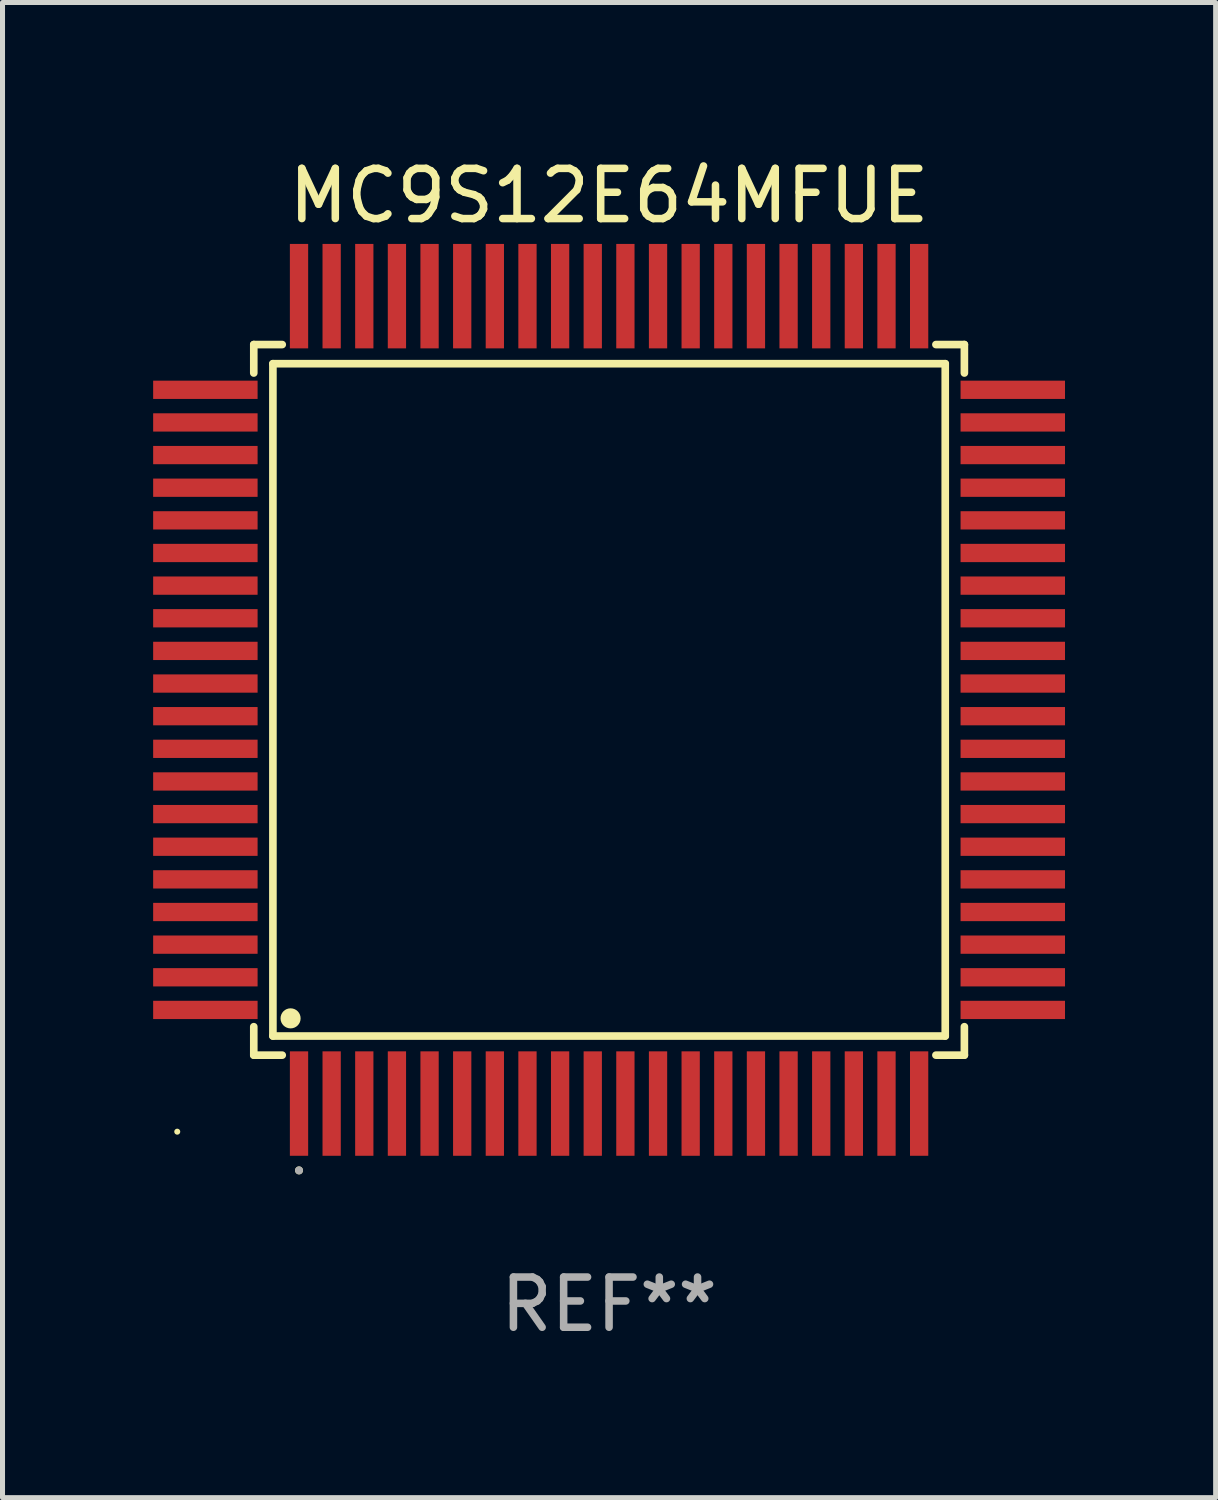
<source format=kicad_pcb>
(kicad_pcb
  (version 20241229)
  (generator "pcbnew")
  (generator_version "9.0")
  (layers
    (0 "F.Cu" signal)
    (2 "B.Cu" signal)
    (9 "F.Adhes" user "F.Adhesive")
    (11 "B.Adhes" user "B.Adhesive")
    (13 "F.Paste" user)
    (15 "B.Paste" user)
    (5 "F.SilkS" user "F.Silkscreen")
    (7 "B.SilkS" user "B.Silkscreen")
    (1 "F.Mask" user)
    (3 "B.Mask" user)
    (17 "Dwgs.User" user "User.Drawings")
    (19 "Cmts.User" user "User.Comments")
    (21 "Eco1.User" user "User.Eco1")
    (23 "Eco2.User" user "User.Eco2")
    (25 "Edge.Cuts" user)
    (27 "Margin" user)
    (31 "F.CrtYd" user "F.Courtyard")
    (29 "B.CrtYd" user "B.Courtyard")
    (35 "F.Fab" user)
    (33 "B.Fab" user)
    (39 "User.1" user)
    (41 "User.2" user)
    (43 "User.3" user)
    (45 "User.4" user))
  (footprint "MC9S12E64MFUE"
    (layer "F.Cu")
    (at 9.08 10.888)
    (property "Reference" "MC9S12E64MFUE" (at 0 -10.04 0) (layer "F.SilkS") (effects (font (size 1 1) (thickness 0.15))))
    (attr through_hole)
    (fp_line (start -7.076 -7.076) (end -7.076 -6.509) (stroke (width 0.152) (type solid)) (layer "F.SilkS"))
    (fp_line (start -7.076 7.076) (end -7.076 6.509) (stroke (width 0.152) (type solid)) (layer "F.SilkS"))
    (fp_line (start -6.695 -6.695) (end 6.695 -6.695) (stroke (width 0.152) (type solid)) (layer "F.SilkS"))
    (fp_line (start -6.695 6.695) (end -6.695 -6.695) (stroke (width 0.152) (type solid)) (layer "F.SilkS"))
    (fp_line (start -6.509 -7.076) (end -7.076 -7.076) (stroke (width 0.152) (type solid)) (layer "F.SilkS"))
    (fp_line (start -6.509 7.076) (end -7.076 7.076) (stroke (width 0.152) (type solid)) (layer "F.SilkS"))
    (fp_line (start 6.509 -7.076) (end 7.076 -7.076) (stroke (width 0.152) (type solid)) (layer "F.SilkS"))
    (fp_line (start 6.509 7.076) (end 7.076 7.076) (stroke (width 0.152) (type solid)) (layer "F.SilkS"))
    (fp_line (start 6.695 -6.695) (end 6.695 6.695) (stroke (width 0.152) (type solid)) (layer "F.SilkS"))
    (fp_line (start 6.695 6.695) (end -6.695 6.695) (stroke (width 0.152) (type solid)) (layer "F.SilkS"))
    (fp_line (start 7.076 -7.076) (end 7.076 -6.509) (stroke (width 0.152) (type solid)) (layer "F.SilkS"))
    (fp_line (start 7.076 7.076) (end 7.076 6.509) (stroke (width 0.152) (type solid)) (layer "F.SilkS"))
    (fp_circle (center -8.6 8.6) (end -8.57 8.6) (stroke (width 0.06) (type solid)) (fill no) (layer "F.SilkS"))
    (fp_circle (center -6.343 6.343) (end -6.243 6.343) (stroke (width 0.2) (type solid)) (fill no) (layer "F.SilkS"))
    (fp_circle (center -6.175 9.371) (end -6.135 9.371) (stroke (width 0.08) (type solid)) (fill no) (layer "F.SilkS"))
    (fp_circle (center -6.175 9.371) (end -6.135 9.371) (stroke (width 0.08) (type solid)) (fill no) (layer "F.Fab"))
    (fp_text user "REF**" (at 0 12.04 0) (layer "F.Fab") (effects (font (size 1 1) (thickness 0.15))))
    (pad "1" smd rect (at -6.175 8.04) (size 0.364 2.08) (layers "F.Cu" "F.Mask" "F.Paste"))
    (pad "2" smd rect (at -5.525 8.04) (size 0.364 2.08) (layers "F.Cu" "F.Mask" "F.Paste"))
    (pad "3" smd rect (at -4.875 8.04) (size 0.364 2.08) (layers "F.Cu" "F.Mask" "F.Paste"))
    (pad "4" smd rect (at -4.225 8.04) (size 0.364 2.08) (layers "F.Cu" "F.Mask" "F.Paste"))
    (pad "5" smd rect (at -3.575 8.04) (size 0.364 2.08) (layers "F.Cu" "F.Mask" "F.Paste"))
    (pad "6" smd rect (at -2.925 8.04) (size 0.364 2.08) (layers "F.Cu" "F.Mask" "F.Paste"))
    (pad "7" smd rect (at -2.275 8.04) (size 0.364 2.08) (layers "F.Cu" "F.Mask" "F.Paste"))
    (pad "8" smd rect (at -1.625 8.04) (size 0.364 2.08) (layers "F.Cu" "F.Mask" "F.Paste"))
    (pad "9" smd rect (at -0.975 8.04) (size 0.364 2.08) (layers "F.Cu" "F.Mask" "F.Paste"))
    (pad "10" smd rect (at -0.325 8.04) (size 0.364 2.08) (layers "F.Cu" "F.Mask" "F.Paste"))
    (pad "11" smd rect (at 0.325 8.04) (size 0.364 2.08) (layers "F.Cu" "F.Mask" "F.Paste"))
    (pad "12" smd rect (at 0.975 8.04) (size 0.364 2.08) (layers "F.Cu" "F.Mask" "F.Paste"))
    (pad "13" smd rect (at 1.625 8.04) (size 0.364 2.08) (layers "F.Cu" "F.Mask" "F.Paste"))
    (pad "14" smd rect (at 2.275 8.04) (size 0.364 2.08) (layers "F.Cu" "F.Mask" "F.Paste"))
    (pad "15" smd rect (at 2.925 8.04) (size 0.364 2.08) (layers "F.Cu" "F.Mask" "F.Paste"))
    (pad "16" smd rect (at 3.575 8.04) (size 0.364 2.08) (layers "F.Cu" "F.Mask" "F.Paste"))
    (pad "17" smd rect (at 4.225 8.04) (size 0.364 2.08) (layers "F.Cu" "F.Mask" "F.Paste"))
    (pad "18" smd rect (at 4.875 8.04) (size 0.364 2.08) (layers "F.Cu" "F.Mask" "F.Paste"))
    (pad "19" smd rect (at 5.525 8.04) (size 0.364 2.08) (layers "F.Cu" "F.Mask" "F.Paste"))
    (pad "20" smd rect (at 6.175 8.04) (size 0.364 2.08) (layers "F.Cu" "F.Mask" "F.Paste"))
    (pad "21" smd rect (at 8.04 6.175) (size 2.08 0.364) (layers "F.Cu" "F.Mask" "F.Paste"))
    (pad "22" smd rect (at 8.04 5.525) (size 2.08 0.364) (layers "F.Cu" "F.Mask" "F.Paste"))
    (pad "23" smd rect (at 8.04 4.875) (size 2.08 0.364) (layers "F.Cu" "F.Mask" "F.Paste"))
    (pad "24" smd rect (at 8.04 4.225) (size 2.08 0.364) (layers "F.Cu" "F.Mask" "F.Paste"))
    (pad "25" smd rect (at 8.04 3.575) (size 2.08 0.364) (layers "F.Cu" "F.Mask" "F.Paste"))
    (pad "26" smd rect (at 8.04 2.925) (size 2.08 0.364) (layers "F.Cu" "F.Mask" "F.Paste"))
    (pad "27" smd rect (at 8.04 2.275) (size 2.08 0.364) (layers "F.Cu" "F.Mask" "F.Paste"))
    (pad "28" smd rect (at 8.04 1.625) (size 2.08 0.364) (layers "F.Cu" "F.Mask" "F.Paste"))
    (pad "29" smd rect (at 8.04 0.975) (size 2.08 0.364) (layers "F.Cu" "F.Mask" "F.Paste"))
    (pad "30" smd rect (at 8.04 0.325) (size 2.08 0.364) (layers "F.Cu" "F.Mask" "F.Paste"))
    (pad "31" smd rect (at 8.04 -0.325) (size 2.08 0.364) (layers "F.Cu" "F.Mask" "F.Paste"))
    (pad "32" smd rect (at 8.04 -0.975) (size 2.08 0.364) (layers "F.Cu" "F.Mask" "F.Paste"))
    (pad "33" smd rect (at 8.04 -1.625) (size 2.08 0.364) (layers "F.Cu" "F.Mask" "F.Paste"))
    (pad "34" smd rect (at 8.04 -2.275) (size 2.08 0.364) (layers "F.Cu" "F.Mask" "F.Paste"))
    (pad "35" smd rect (at 8.04 -2.925) (size 2.08 0.364) (layers "F.Cu" "F.Mask" "F.Paste"))
    (pad "36" smd rect (at 8.04 -3.575) (size 2.08 0.364) (layers "F.Cu" "F.Mask" "F.Paste"))
    (pad "37" smd rect (at 8.04 -4.225) (size 2.08 0.364) (layers "F.Cu" "F.Mask" "F.Paste"))
    (pad "38" smd rect (at 8.04 -4.875) (size 2.08 0.364) (layers "F.Cu" "F.Mask" "F.Paste"))
    (pad "39" smd rect (at 8.04 -5.525) (size 2.08 0.364) (layers "F.Cu" "F.Mask" "F.Paste"))
    (pad "40" smd rect (at 8.04 -6.175) (size 2.08 0.364) (layers "F.Cu" "F.Mask" "F.Paste"))
    (pad "41" smd rect (at 6.175 -8.04) (size 0.364 2.08) (layers "F.Cu" "F.Mask" "F.Paste"))
    (pad "42" smd rect (at 5.525 -8.04) (size 0.364 2.08) (layers "F.Cu" "F.Mask" "F.Paste"))
    (pad "43" smd rect (at 4.875 -8.04) (size 0.364 2.08) (layers "F.Cu" "F.Mask" "F.Paste"))
    (pad "44" smd rect (at 4.225 -8.04) (size 0.364 2.08) (layers "F.Cu" "F.Mask" "F.Paste"))
    (pad "45" smd rect (at 3.575 -8.04) (size 0.364 2.08) (layers "F.Cu" "F.Mask" "F.Paste"))
    (pad "46" smd rect (at 2.925 -8.04) (size 0.364 2.08) (layers "F.Cu" "F.Mask" "F.Paste"))
    (pad "47" smd rect (at 2.275 -8.04) (size 0.364 2.08) (layers "F.Cu" "F.Mask" "F.Paste"))
    (pad "48" smd rect (at 1.625 -8.04) (size 0.364 2.08) (layers "F.Cu" "F.Mask" "F.Paste"))
    (pad "49" smd rect (at 0.975 -8.04) (size 0.364 2.08) (layers "F.Cu" "F.Mask" "F.Paste"))
    (pad "50" smd rect (at 0.325 -8.04) (size 0.364 2.08) (layers "F.Cu" "F.Mask" "F.Paste"))
    (pad "51" smd rect (at -0.325 -8.04) (size 0.364 2.08) (layers "F.Cu" "F.Mask" "F.Paste"))
    (pad "52" smd rect (at -0.975 -8.04) (size 0.364 2.08) (layers "F.Cu" "F.Mask" "F.Paste"))
    (pad "53" smd rect (at -1.625 -8.04) (size 0.364 2.08) (layers "F.Cu" "F.Mask" "F.Paste"))
    (pad "54" smd rect (at -2.275 -8.04) (size 0.364 2.08) (layers "F.Cu" "F.Mask" "F.Paste"))
    (pad "55" smd rect (at -2.925 -8.04) (size 0.364 2.08) (layers "F.Cu" "F.Mask" "F.Paste"))
    (pad "56" smd rect (at -3.575 -8.04) (size 0.364 2.08) (layers "F.Cu" "F.Mask" "F.Paste"))
    (pad "57" smd rect (at -4.225 -8.04) (size 0.364 2.08) (layers "F.Cu" "F.Mask" "F.Paste"))
    (pad "58" smd rect (at -4.875 -8.04) (size 0.364 2.08) (layers "F.Cu" "F.Mask" "F.Paste"))
    (pad "59" smd rect (at -5.525 -8.04) (size 0.364 2.08) (layers "F.Cu" "F.Mask" "F.Paste"))
    (pad "60" smd rect (at -6.175 -8.04) (size 0.364 2.08) (layers "F.Cu" "F.Mask" "F.Paste"))
    (pad "61" smd rect (at -8.04 -6.175) (size 2.08 0.364) (layers "F.Cu" "F.Mask" "F.Paste"))
    (pad "62" smd rect (at -8.04 -5.525) (size 2.08 0.364) (layers "F.Cu" "F.Mask" "F.Paste"))
    (pad "63" smd rect (at -8.04 -4.875) (size 2.08 0.364) (layers "F.Cu" "F.Mask" "F.Paste"))
    (pad "64" smd rect (at -8.04 -4.225) (size 2.08 0.364) (layers "F.Cu" "F.Mask" "F.Paste"))
    (pad "65" smd rect (at -8.04 -3.575) (size 2.08 0.364) (layers "F.Cu" "F.Mask" "F.Paste"))
    (pad "66" smd rect (at -8.04 -2.925) (size 2.08 0.364) (layers "F.Cu" "F.Mask" "F.Paste"))
    (pad "67" smd rect (at -8.04 -2.275) (size 2.08 0.364) (layers "F.Cu" "F.Mask" "F.Paste"))
    (pad "68" smd rect (at -8.04 -1.625) (size 2.08 0.364) (layers "F.Cu" "F.Mask" "F.Paste"))
    (pad "69" smd rect (at -8.04 -0.975) (size 2.08 0.364) (layers "F.Cu" "F.Mask" "F.Paste"))
    (pad "70" smd rect (at -8.04 -0.325) (size 2.08 0.364) (layers "F.Cu" "F.Mask" "F.Paste"))
    (pad "71" smd rect (at -8.04 0.325) (size 2.08 0.364) (layers "F.Cu" "F.Mask" "F.Paste"))
    (pad "72" smd rect (at -8.04 0.975) (size 2.08 0.364) (layers "F.Cu" "F.Mask" "F.Paste"))
    (pad "73" smd rect (at -8.04 1.625) (size 2.08 0.364) (layers "F.Cu" "F.Mask" "F.Paste"))
    (pad "74" smd rect (at -8.04 2.275) (size 2.08 0.364) (layers "F.Cu" "F.Mask" "F.Paste"))
    (pad "75" smd rect (at -8.04 2.925) (size 2.08 0.364) (layers "F.Cu" "F.Mask" "F.Paste"))
    (pad "76" smd rect (at -8.04 3.575) (size 2.08 0.364) (layers "F.Cu" "F.Mask" "F.Paste"))
    (pad "77" smd rect (at -8.04 4.225) (size 2.08 0.364) (layers "F.Cu" "F.Mask" "F.Paste"))
    (pad "78" smd rect (at -8.04 4.875) (size 2.08 0.364) (layers "F.Cu" "F.Mask" "F.Paste"))
    (pad "79" smd rect (at -8.04 5.525) (size 2.08 0.364) (layers "F.Cu" "F.Mask" "F.Paste"))
    (pad "80" smd rect (at -8.04 6.175) (size 2.08 0.364) (layers "F.Cu" "F.Mask" "F.Paste")))
  (gr_rect
    (start -3 -3)
    (end 21.16 26.776)
    (stroke (width 0.1) (type default))
    (fill no)
    (layer "Edge.Cuts")))
</source>
